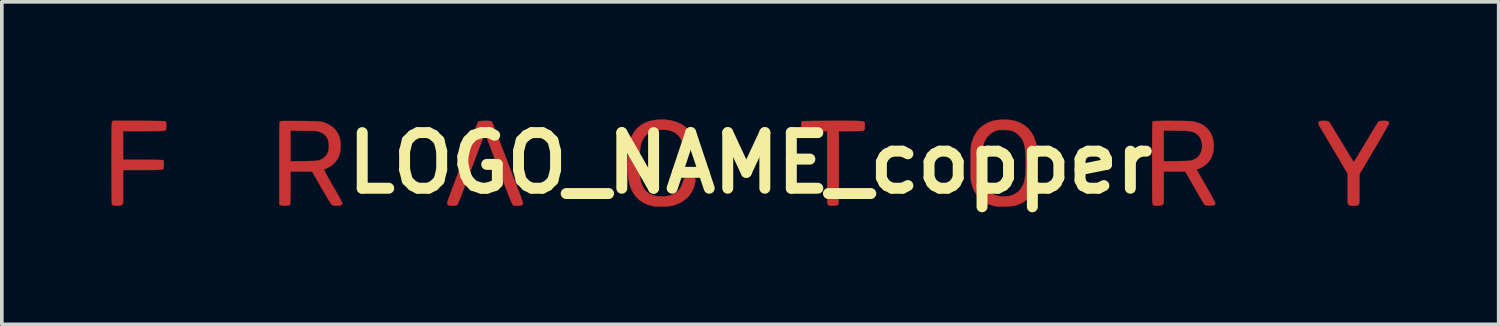
<source format=kicad_pcb>
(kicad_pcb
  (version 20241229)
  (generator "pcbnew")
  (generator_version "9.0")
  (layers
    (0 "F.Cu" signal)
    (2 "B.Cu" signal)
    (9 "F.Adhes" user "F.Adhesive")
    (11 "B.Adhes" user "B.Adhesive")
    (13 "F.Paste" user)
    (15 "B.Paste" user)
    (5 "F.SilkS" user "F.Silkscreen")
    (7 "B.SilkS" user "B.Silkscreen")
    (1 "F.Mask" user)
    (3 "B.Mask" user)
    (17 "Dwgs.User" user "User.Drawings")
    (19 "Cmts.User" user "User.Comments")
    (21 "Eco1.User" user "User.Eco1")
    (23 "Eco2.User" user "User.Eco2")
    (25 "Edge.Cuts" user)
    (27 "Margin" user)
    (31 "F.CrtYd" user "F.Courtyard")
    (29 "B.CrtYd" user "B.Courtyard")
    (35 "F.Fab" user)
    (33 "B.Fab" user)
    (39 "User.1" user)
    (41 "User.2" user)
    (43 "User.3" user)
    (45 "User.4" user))
  (footprint "LOGO_NAME_copper"
    (layer "F.Cu")
    (at 17.506 1.418)
    (property "Reference" "LOGO_NAME_copper" (at 0 0 0) (layer "F.SilkS") (effects (font (size 1.524 1.524) (thickness 0.3))))
    (attr through_hole)
    (fp_poly (pts (xy 2.816 -1.156) (xy 2.902 -1.155) (xy 2.972 -1.152) (xy 3.027 -1.149) (xy 3.068 -1.144) (xy 3.098 -1.137) (xy 3.119 -1.127) (xy 3.131 -1.116) (xy 3.138 -1.101) (xy 3.14 -1.084) (xy 3.139 -1.063) (xy 3.138 -1.038) (xy 3.137 -1.012) (xy 3.137 -0.974) (xy 3.136 -0.943) (xy 3.13 -0.92) (xy 3.117 -0.902) (xy 3.095 -0.89) (xy 3.061 -0.883) (xy 3.011 -0.879) (xy 2.944 -0.877) (xy 2.857 -0.876) (xy 2.758 -0.876) (xy 2.426 -0.876) (xy 2.426 0.117) (xy 2.425 0.274) (xy 2.425 0.424) (xy 2.424 0.564) (xy 2.424 0.693) (xy 2.423 0.809) (xy 2.422 0.91) (xy 2.421 0.994) (xy 2.419 1.059) (xy 2.418 1.103) (xy 2.416 1.124) (xy 2.416 1.125) (xy 2.389 1.148) (xy 2.344 1.162) (xy 2.277 1.168) (xy 2.255 1.168) (xy 2.202 1.167) (xy 2.168 1.163) (xy 2.146 1.153) (xy 2.134 1.143) (xy 2.129 1.138) (xy 2.125 1.131) (xy 2.121 1.121) (xy 2.118 1.107) (xy 2.116 1.085) (xy 2.114 1.056) (xy 2.112 1.016) (xy 2.111 0.965) (xy 2.11 0.9) (xy 2.109 0.82) (xy 2.109 0.724) (xy 2.108 0.609) (xy 2.108 0.474) (xy 2.108 0.317) (xy 2.108 0.136) (xy 2.108 -0.876) (xy 1.768 -0.876) (xy 1.656 -0.877) (xy 1.567 -0.878) (xy 1.501 -0.88) (xy 1.454 -0.883) (xy 1.425 -0.887) (xy 1.412 -0.892) (xy 1.404 -0.913) (xy 1.399 -0.956) (xy 1.397 -1.016) (xy 1.399 -1.077) (xy 1.404 -1.119) (xy 1.412 -1.14) (xy 1.422 -1.144) (xy 1.444 -1.146) (xy 1.481 -1.149) (xy 1.533 -1.151) (xy 1.603 -1.152) (xy 1.691 -1.154) (xy 1.798 -1.155) (xy 1.927 -1.155) (xy 2.079 -1.156) (xy 2.254 -1.156) (xy 2.269 -1.156) (xy 2.439 -1.156) (xy 2.586 -1.156) (xy 2.711 -1.156) (xy 2.816 -1.156)) (stroke (width 0.01) (type solid)) (fill yes) (layer "F.Cu"))
    (fp_poly (pts (xy 15.748 -1.156) (xy 15.796 -1.152) (xy 15.834 -1.146) (xy 15.852 -1.139) (xy 15.862 -1.125) (xy 15.883 -1.091) (xy 15.915 -1.04) (xy 15.956 -0.974) (xy 16.005 -0.894) (xy 16.06 -0.803) (xy 16.12 -0.704) (xy 16.185 -0.597) (xy 16.199 -0.574) (xy 16.263 -0.467) (xy 16.324 -0.367) (xy 16.38 -0.276) (xy 16.429 -0.196) (xy 16.47 -0.129) (xy 16.502 -0.077) (xy 16.524 -0.042) (xy 16.535 -0.027) (xy 16.535 -0.026) (xy 16.543 -0.037) (xy 16.562 -0.067) (xy 16.592 -0.115) (xy 16.631 -0.179) (xy 16.678 -0.256) (xy 16.731 -0.345) (xy 16.79 -0.443) (xy 16.854 -0.548) (xy 16.866 -0.568) (xy 16.93 -0.675) (xy 16.991 -0.777) (xy 17.047 -0.869) (xy 17.097 -0.952) (xy 17.14 -1.021) (xy 17.174 -1.076) (xy 17.198 -1.114) (xy 17.211 -1.132) (xy 17.212 -1.133) (xy 17.227 -1.144) (xy 17.25 -1.151) (xy 17.286 -1.155) (xy 17.341 -1.156) (xy 17.352 -1.156) (xy 17.416 -1.154) (xy 17.459 -1.149) (xy 17.485 -1.138) (xy 17.497 -1.121) (xy 17.501 -1.095) (xy 17.494 -1.079) (xy 17.476 -1.043) (xy 17.447 -0.988) (xy 17.407 -0.918) (xy 17.359 -0.833) (xy 17.303 -0.735) (xy 17.24 -0.627) (xy 17.172 -0.509) (xy 17.098 -0.385) (xy 17.094 -0.378) (xy 16.688 0.308) (xy 16.688 0.718) (xy 16.688 0.832) (xy 16.687 0.923) (xy 16.686 0.994) (xy 16.685 1.048) (xy 16.683 1.086) (xy 16.68 1.113) (xy 16.676 1.13) (xy 16.671 1.14) (xy 16.667 1.145) (xy 16.642 1.155) (xy 16.596 1.162) (xy 16.541 1.166) (xy 16.488 1.168) (xy 16.454 1.167) (xy 16.432 1.161) (xy 16.414 1.149) (xy 16.403 1.139) (xy 16.37 1.106) (xy 16.37 0.294) (xy 15.981 -0.364) (xy 15.912 -0.482) (xy 15.845 -0.594) (xy 15.784 -0.697) (xy 15.729 -0.791) (xy 15.68 -0.872) (xy 15.64 -0.938) (xy 15.61 -0.989) (xy 15.59 -1.022) (xy 15.581 -1.034) (xy 15.572 -1.059) (xy 15.571 -1.094) (xy 15.577 -1.127) (xy 15.585 -1.14) (xy 15.606 -1.149) (xy 15.645 -1.154) (xy 15.695 -1.156) (xy 15.748 -1.156)) (stroke (width 0.01) (type solid)) (fill yes) (layer "F.Cu"))
    (fp_poly (pts (xy -16.584 -1.156) (xy -16.445 -1.155) (xy -16.328 -1.154) (xy -16.233 -1.153) (xy -16.157 -1.152) (xy -16.099 -1.15) (xy -16.057 -1.147) (xy -16.031 -1.145) (xy -16.018 -1.141) (xy -16.017 -1.14) (xy -16.009 -1.119) (xy -16.004 -1.076) (xy -16.002 -1.021) (xy -16.003 -0.968) (xy -16.006 -0.934) (xy -16.012 -0.914) (xy -16.024 -0.901) (xy -16.03 -0.896) (xy -16.04 -0.891) (xy -16.055 -0.887) (xy -16.078 -0.884) (xy -16.11 -0.882) (xy -16.155 -0.88) (xy -16.215 -0.878) (xy -16.291 -0.877) (xy -16.387 -0.877) (xy -16.503 -0.876) (xy -16.621 -0.876) (xy -17.183 -0.876) (xy -17.183 -0.089) (xy -16.639 -0.089) (xy -16.503 -0.089) (xy -16.391 -0.088) (xy -16.3 -0.088) (xy -16.228 -0.086) (xy -16.173 -0.085) (xy -16.133 -0.083) (xy -16.106 -0.08) (xy -16.089 -0.076) (xy -16.08 -0.072) (xy -16.079 -0.071) (xy -16.071 -0.047) (xy -16.068 -0.001) (xy -16.068 0.052) (xy -16.071 0.105) (xy -16.074 0.138) (xy -16.081 0.157) (xy -16.093 0.168) (xy -16.104 0.174) (xy -16.119 0.178) (xy -16.146 0.182) (xy -16.188 0.185) (xy -16.247 0.187) (xy -16.324 0.188) (xy -16.421 0.19) (xy -16.54 0.19) (xy -16.659 0.19) (xy -17.183 0.191) (xy -17.183 1.106) (xy -17.214 1.137) (xy -17.234 1.154) (xy -17.255 1.163) (xy -17.287 1.167) (xy -17.336 1.167) (xy -17.338 1.167) (xy -17.387 1.165) (xy -17.428 1.163) (xy -17.453 1.16) (xy -17.454 1.16) (xy -17.475 1.144) (xy -17.489 1.122) (xy -17.491 1.104) (xy -17.493 1.062) (xy -17.494 0.997) (xy -17.496 0.911) (xy -17.497 0.804) (xy -17.498 0.679) (xy -17.499 0.537) (xy -17.5 0.378) (xy -17.5 0.205) (xy -17.501 0.019) (xy -17.501 -0.004) (xy -17.501 -0.198) (xy -17.5 -0.368) (xy -17.5 -0.516) (xy -17.5 -0.643) (xy -17.499 -0.751) (xy -17.498 -0.842) (xy -17.497 -0.917) (xy -17.496 -0.977) (xy -17.494 -1.025) (xy -17.493 -1.061) (xy -17.49 -1.088) (xy -17.488 -1.107) (xy -17.485 -1.119) (xy -17.481 -1.127) (xy -17.481 -1.127) (xy -17.461 -1.156) (xy -16.747 -1.156) (xy -16.584 -1.156)) (stroke (width 0.01) (type solid)) (fill yes) (layer "F.Cu"))
    (fp_poly (pts (xy -7.164 -1.155) (xy -7.124 -1.152) (xy -7.106 -1.148) (xy -7.098 -1.144) (xy -7.09 -1.137) (xy -7.08 -1.124) (xy -7.069 -1.104) (xy -7.055 -1.074) (xy -7.038 -1.032) (xy -7.015 -0.976) (xy -6.986 -0.903) (xy -6.95 -0.81) (xy -6.907 -0.697) (xy -6.905 -0.692) (xy -6.87 -0.601) (xy -6.828 -0.492) (xy -6.78 -0.366) (xy -6.728 -0.231) (xy -6.673 -0.088) (xy -6.618 0.056) (xy -6.563 0.199) (xy -6.515 0.324) (xy -6.456 0.477) (xy -6.405 0.609) (xy -6.363 0.721) (xy -6.327 0.814) (xy -6.298 0.89) (xy -6.275 0.952) (xy -6.258 1) (xy -6.245 1.037) (xy -6.236 1.065) (xy -6.231 1.085) (xy -6.228 1.098) (xy -6.227 1.108) (xy -6.228 1.114) (xy -6.229 1.118) (xy -6.251 1.144) (xy -6.296 1.161) (xy -6.364 1.168) (xy -6.388 1.168) (xy -6.438 1.167) (xy -6.471 1.161) (xy -6.495 1.15) (xy -6.507 1.14) (xy -6.515 1.127) (xy -6.529 1.101) (xy -6.547 1.06) (xy -6.571 1.003) (xy -6.601 0.929) (xy -6.638 0.837) (xy -6.681 0.726) (xy -6.731 0.595) (xy -6.789 0.443) (xy -6.855 0.268) (xy -6.896 0.159) (xy -6.952 0.01) (xy -7.005 -0.132) (xy -7.056 -0.265) (xy -7.102 -0.388) (xy -7.144 -0.499) (xy -7.181 -0.596) (xy -7.212 -0.677) (xy -7.236 -0.741) (xy -7.253 -0.785) (xy -7.262 -0.807) (xy -7.263 -0.81) (xy -7.269 -0.801) (xy -7.283 -0.77) (xy -7.305 -0.719) (xy -7.334 -0.648) (xy -7.369 -0.56) (xy -7.41 -0.455) (xy -7.455 -0.337) (xy -7.506 -0.205) (xy -7.56 -0.062) (xy -7.594 0.028) (xy -7.665 0.216) (xy -7.727 0.381) (xy -7.781 0.525) (xy -7.829 0.65) (xy -7.869 0.757) (xy -7.903 0.847) (xy -7.932 0.922) (xy -7.956 0.984) (xy -7.975 1.033) (xy -7.991 1.071) (xy -8.003 1.099) (xy -8.013 1.12) (xy -8.021 1.134) (xy -8.027 1.143) (xy -8.032 1.148) (xy -8.037 1.15) (xy -8.042 1.152) (xy -8.047 1.154) (xy -8.083 1.164) (xy -8.133 1.168) (xy -8.187 1.168) (xy -8.236 1.162) (xy -8.272 1.152) (xy -8.278 1.149) (xy -8.301 1.118) (xy -8.306 1.095) (xy -8.301 1.077) (xy -8.288 1.038) (xy -8.268 0.979) (xy -8.24 0.903) (xy -8.207 0.812) (xy -8.168 0.708) (xy -8.124 0.592) (xy -8.077 0.467) (xy -8.027 0.334) (xy -7.974 0.197) (xy -7.921 0.056) (xy -7.866 -0.085) (xy -7.812 -0.226) (xy -7.758 -0.364) (xy -7.707 -0.497) (xy -7.657 -0.623) (xy -7.612 -0.74) (xy -7.57 -0.846) (xy -7.532 -0.938) (xy -7.501 -1.016) (xy -7.476 -1.077) (xy -7.458 -1.118) (xy -7.448 -1.138) (xy -7.447 -1.14) (xy -7.426 -1.146) (xy -7.386 -1.15) (xy -7.334 -1.154) (xy -7.275 -1.156) (xy -7.217 -1.156) (xy -7.164 -1.155)) (stroke (width 0.01) (type solid)) (fill yes) (layer "F.Cu"))
    (fp_poly (pts (xy -2.336 -1.189) (xy -2.18 -1.169) (xy -2.037 -1.131) (xy -1.906 -1.074) (xy -1.791 -1) (xy -1.693 -0.91) (xy -1.613 -0.804) (xy -1.581 -0.745) (xy -1.559 -0.693) (xy -1.539 -0.632) (xy -1.522 -0.569) (xy -1.51 -0.509) (xy -1.504 -0.46) (xy -1.506 -0.427) (xy -1.507 -0.425) (xy -1.526 -0.403) (xy -1.563 -0.389) (xy -1.622 -0.382) (xy -1.668 -0.381) (xy -1.729 -0.383) (xy -1.772 -0.394) (xy -1.801 -0.416) (xy -1.822 -0.455) (xy -1.841 -0.511) (xy -1.882 -0.621) (xy -1.932 -0.71) (xy -1.993 -0.781) (xy -2.067 -0.835) (xy -2.108 -0.856) (xy -2.178 -0.884) (xy -2.248 -0.902) (xy -2.327 -0.911) (xy -2.421 -0.913) (xy -2.462 -0.912) (xy -2.583 -0.901) (xy -2.684 -0.877) (xy -2.769 -0.838) (xy -2.841 -0.783) (xy -2.904 -0.71) (xy -2.909 -0.702) (xy -2.945 -0.644) (xy -2.973 -0.58) (xy -2.996 -0.506) (xy -3.013 -0.42) (xy -3.025 -0.32) (xy -3.031 -0.202) (xy -3.034 -0.065) (xy -3.032 0.095) (xy -3.029 0.198) (xy -3.026 0.279) (xy -3.023 0.344) (xy -3.018 0.395) (xy -3.012 0.438) (xy -3.005 0.475) (xy -2.999 0.499) (xy -2.959 0.614) (xy -2.907 0.708) (xy -2.84 0.784) (xy -2.758 0.842) (xy -2.735 0.855) (xy -2.665 0.884) (xy -2.593 0.903) (xy -2.51 0.913) (xy -2.421 0.915) (xy -2.286 0.907) (xy -2.169 0.881) (xy -2.07 0.837) (xy -1.988 0.775) (xy -1.921 0.694) (xy -1.869 0.593) (xy -1.84 0.51) (xy -1.826 0.466) (xy -1.812 0.43) (xy -1.802 0.412) (xy -1.787 0.402) (xy -1.755 0.397) (xy -1.704 0.394) (xy -1.662 0.394) (xy -1.605 0.394) (xy -1.567 0.396) (xy -1.543 0.401) (xy -1.529 0.409) (xy -1.518 0.423) (xy -1.518 0.423) (xy -1.508 0.446) (xy -1.505 0.475) (xy -1.51 0.519) (xy -1.511 0.526) (xy -1.545 0.664) (xy -1.601 0.788) (xy -1.677 0.897) (xy -1.772 0.991) (xy -1.887 1.069) (xy -2.02 1.131) (xy -2.098 1.157) (xy -2.145 1.168) (xy -2.196 1.177) (xy -2.258 1.183) (xy -2.335 1.186) (xy -2.388 1.188) (xy -2.461 1.189) (xy -2.531 1.188) (xy -2.591 1.186) (xy -2.634 1.183) (xy -2.646 1.181) (xy -2.793 1.144) (xy -2.924 1.087) (xy -3.037 1.012) (xy -3.134 0.919) (xy -3.212 0.807) (xy -3.239 0.756) (xy -3.27 0.688) (xy -3.295 0.62) (xy -3.315 0.548) (xy -3.33 0.47) (xy -3.341 0.382) (xy -3.348 0.28) (xy -3.351 0.162) (xy -3.351 0.025) (xy -3.349 -0.095) (xy -3.347 -0.204) (xy -3.344 -0.291) (xy -3.341 -0.36) (xy -3.337 -0.415) (xy -3.332 -0.46) (xy -3.326 -0.498) (xy -3.318 -0.534) (xy -3.317 -0.541) (xy -3.269 -0.689) (xy -3.204 -0.818) (xy -3.124 -0.928) (xy -3.027 -1.018) (xy -2.913 -1.089) (xy -2.782 -1.142) (xy -2.634 -1.176) (xy -2.502 -1.19) (xy -2.336 -1.189)) (stroke (width 0.01) (type solid)) (fill yes) (layer "F.Cu"))
    (fp_poly (pts (xy -12.458 -1.153) (xy -12.329 -1.152) (xy -12.189 -1.151) (xy -12.072 -1.149) (xy -11.975 -1.147) (xy -11.895 -1.145) (xy -11.829 -1.141) (xy -11.775 -1.135) (xy -11.73 -1.128) (xy -11.691 -1.118) (xy -11.655 -1.106) (xy -11.62 -1.091) (xy -11.583 -1.073) (xy -11.551 -1.056) (xy -11.445 -0.989) (xy -11.36 -0.905) (xy -11.295 -0.806) (xy -11.249 -0.69) (xy -11.245 -0.676) (xy -11.232 -0.604) (xy -11.225 -0.517) (xy -11.225 -0.425) (xy -11.232 -0.336) (xy -11.246 -0.26) (xy -11.251 -0.24) (xy -11.299 -0.127) (xy -11.368 -0.028) (xy -11.457 0.056) (xy -11.564 0.124) (xy -11.674 0.169) (xy -11.677 0.174) (xy -11.675 0.187) (xy -11.667 0.209) (xy -11.651 0.242) (xy -11.628 0.287) (xy -11.594 0.348) (xy -11.551 0.425) (xy -11.497 0.52) (xy -11.436 0.627) (xy -11.379 0.725) (xy -11.327 0.817) (xy -11.281 0.901) (xy -11.241 0.973) (xy -11.21 1.032) (xy -11.188 1.075) (xy -11.177 1.099) (xy -11.176 1.103) (xy -11.186 1.135) (xy -11.218 1.156) (xy -11.272 1.166) (xy -11.34 1.167) (xy -11.394 1.163) (xy -11.43 1.157) (xy -11.455 1.146) (xy -11.472 1.132) (xy -11.485 1.115) (xy -11.509 1.078) (xy -11.543 1.024) (xy -11.584 0.956) (xy -11.632 0.876) (xy -11.684 0.787) (xy -11.74 0.691) (xy -11.754 0.666) (xy -12.005 0.229) (xy -12.302 0.229) (xy -12.598 0.229) (xy -12.598 0.678) (xy -12.598 0.798) (xy -12.599 0.895) (xy -12.6 0.971) (xy -12.601 1.03) (xy -12.603 1.073) (xy -12.605 1.104) (xy -12.609 1.124) (xy -12.613 1.137) (xy -12.619 1.144) (xy -12.619 1.145) (xy -12.647 1.156) (xy -12.691 1.164) (xy -12.744 1.167) (xy -12.798 1.166) (xy -12.844 1.16) (xy -12.874 1.15) (xy -12.875 1.149) (xy -12.903 1.129) (xy -12.903 0.001) (xy -12.903 -0.049) (xy -12.598 -0.049) (xy -12.227 -0.053) (xy -12.119 -0.055) (xy -12.034 -0.056) (xy -11.967 -0.058) (xy -11.916 -0.06) (xy -11.877 -0.064) (xy -11.847 -0.068) (xy -11.823 -0.073) (xy -11.8 -0.08) (xy -11.78 -0.088) (xy -11.697 -0.133) (xy -11.63 -0.194) (xy -11.581 -0.267) (xy -11.565 -0.309) (xy -11.547 -0.391) (xy -11.544 -0.481) (xy -11.552 -0.57) (xy -11.573 -0.649) (xy -11.589 -0.685) (xy -11.636 -0.753) (xy -11.696 -0.806) (xy -11.773 -0.846) (xy -11.792 -0.854) (xy -11.816 -0.862) (xy -11.84 -0.869) (xy -11.866 -0.874) (xy -11.9 -0.878) (xy -11.944 -0.881) (xy -12.001 -0.883) (xy -12.074 -0.884) (xy -12.168 -0.886) (xy -12.233 -0.886) (xy -12.598 -0.891) (xy -12.598 -0.049) (xy -12.903 -0.049) (xy -12.903 -0.197) (xy -12.903 -0.372) (xy -12.903 -0.524) (xy -12.902 -0.655) (xy -12.902 -0.766) (xy -12.901 -0.86) (xy -12.9 -0.937) (xy -12.898 -0.999) (xy -12.897 -1.048) (xy -12.895 -1.085) (xy -12.893 -1.111) (xy -12.89 -1.129) (xy -12.887 -1.139) (xy -12.885 -1.142) (xy -12.874 -1.146) (xy -12.848 -1.149) (xy -12.808 -1.152) (xy -12.75 -1.153) (xy -12.674 -1.154) (xy -12.577 -1.154) (xy -12.458 -1.153)) (stroke (width 0.01) (type solid)) (fill yes) (layer "F.Cu"))
    (fp_poly (pts (xy 7.041 -1.186) (xy 7.14 -1.177) (xy 7.225 -1.163) (xy 7.245 -1.158) (xy 7.385 -1.106) (xy 7.508 -1.037) (xy 7.612 -0.951) (xy 7.699 -0.846) (xy 7.768 -0.722) (xy 7.82 -0.581) (xy 7.825 -0.564) (xy 7.833 -0.532) (xy 7.839 -0.501) (xy 7.844 -0.465) (xy 7.848 -0.422) (xy 7.851 -0.368) (xy 7.854 -0.301) (xy 7.856 -0.215) (xy 7.858 -0.109) (xy 7.858 -0.078) (xy 7.86 0.067) (xy 7.859 0.19) (xy 7.857 0.294) (xy 7.852 0.382) (xy 7.845 0.458) (xy 7.835 0.524) (xy 7.822 0.584) (xy 7.808 0.635) (xy 7.755 0.769) (xy 7.685 0.885) (xy 7.598 0.982) (xy 7.493 1.062) (xy 7.37 1.124) (xy 7.275 1.157) (xy 7.228 1.168) (xy 7.176 1.177) (xy 7.115 1.183) (xy 7.038 1.186) (xy 6.985 1.188) (xy 6.911 1.189) (xy 6.841 1.188) (xy 6.782 1.186) (xy 6.738 1.183) (xy 6.727 1.181) (xy 6.579 1.144) (xy 6.449 1.088) (xy 6.337 1.014) (xy 6.241 0.921) (xy 6.163 0.809) (xy 6.101 0.678) (xy 6.068 0.578) (xy 6.061 0.55) (xy 6.055 0.524) (xy 6.05 0.496) (xy 6.046 0.462) (xy 6.044 0.422) (xy 6.042 0.37) (xy 6.041 0.305) (xy 6.04 0.222) (xy 6.04 0.121) (xy 6.04 0.067) (xy 6.351 0.067) (xy 6.351 0.162) (xy 6.353 0.248) (xy 6.356 0.321) (xy 6.361 0.376) (xy 6.361 0.381) (xy 6.389 0.514) (xy 6.433 0.629) (xy 6.495 0.725) (xy 6.573 0.802) (xy 6.668 0.86) (xy 6.729 0.885) (xy 6.813 0.905) (xy 6.91 0.915) (xy 7.011 0.913) (xy 7.104 0.901) (xy 7.151 0.89) (xy 7.256 0.844) (xy 7.346 0.779) (xy 7.42 0.695) (xy 7.477 0.592) (xy 7.501 0.528) (xy 7.52 0.449) (xy 7.534 0.35) (xy 7.545 0.232) (xy 7.55 0.102) (xy 7.551 -0.039) (xy 7.546 -0.185) (xy 7.545 -0.208) (xy 7.536 -0.334) (xy 7.522 -0.44) (xy 7.502 -0.527) (xy 7.475 -0.602) (xy 7.439 -0.666) (xy 7.393 -0.726) (xy 7.341 -0.778) (xy 7.283 -0.827) (xy 7.225 -0.863) (xy 7.162 -0.887) (xy 7.089 -0.901) (xy 6.999 -0.907) (xy 6.941 -0.908) (xy 6.872 -0.908) (xy 6.823 -0.906) (xy 6.786 -0.902) (xy 6.755 -0.895) (xy 6.724 -0.883) (xy 6.686 -0.866) (xy 6.685 -0.866) (xy 6.585 -0.806) (xy 6.503 -0.728) (xy 6.438 -0.632) (xy 6.389 -0.517) (xy 6.38 -0.488) (xy 6.373 -0.45) (xy 6.367 -0.392) (xy 6.362 -0.317) (xy 6.357 -0.229) (xy 6.354 -0.133) (xy 6.352 -0.033) (xy 6.351 0.067) (xy 6.04 0.067) (xy 6.04 0.006) (xy 6.04 -0.116) (xy 6.04 -0.217) (xy 6.041 -0.297) (xy 6.042 -0.362) (xy 6.044 -0.412) (xy 6.047 -0.453) (xy 6.05 -0.485) (xy 6.055 -0.513) (xy 6.061 -0.54) (xy 6.068 -0.565) (xy 6.119 -0.709) (xy 6.188 -0.835) (xy 6.275 -0.943) (xy 6.379 -1.032) (xy 6.501 -1.103) (xy 6.638 -1.154) (xy 6.651 -1.158) (xy 6.732 -1.174) (xy 6.829 -1.184) (xy 6.935 -1.188) (xy 7.041 -1.186)) (stroke (width 0.01) (type solid)) (fill yes) (layer "F.Cu"))
    (fp_poly (pts (xy 11.685 -1.155) (xy 11.804 -1.155) (xy 11.902 -1.153) (xy 11.985 -1.15) (xy 12.053 -1.146) (xy 12.11 -1.14) (xy 12.159 -1.133) (xy 12.203 -1.123) (xy 12.244 -1.111) (xy 12.286 -1.096) (xy 12.296 -1.093) (xy 12.409 -1.038) (xy 12.505 -0.965) (xy 12.583 -0.875) (xy 12.642 -0.77) (xy 12.68 -0.65) (xy 12.698 -0.518) (xy 12.7 -0.47) (xy 12.689 -0.332) (xy 12.658 -0.209) (xy 12.606 -0.101) (xy 12.533 -0.007) (xy 12.507 0.019) (xy 12.462 0.056) (xy 12.408 0.093) (xy 12.353 0.125) (xy 12.302 0.15) (xy 12.262 0.164) (xy 12.249 0.165) (xy 12.234 0.172) (xy 12.236 0.187) (xy 12.244 0.203) (xy 12.263 0.238) (xy 12.292 0.29) (xy 12.33 0.357) (xy 12.375 0.435) (xy 12.425 0.523) (xy 12.479 0.617) (xy 12.491 0.638) (xy 12.546 0.733) (xy 12.597 0.823) (xy 12.642 0.905) (xy 12.68 0.975) (xy 12.709 1.031) (xy 12.729 1.072) (xy 12.738 1.093) (xy 12.738 1.095) (xy 12.735 1.124) (xy 12.725 1.143) (xy 12.703 1.155) (xy 12.664 1.16) (xy 12.605 1.162) (xy 12.594 1.162) (xy 12.533 1.161) (xy 12.492 1.158) (xy 12.466 1.151) (xy 12.45 1.14) (xy 12.439 1.125) (xy 12.416 1.09) (xy 12.384 1.037) (xy 12.344 0.971) (xy 12.298 0.891) (xy 12.246 0.803) (xy 12.191 0.707) (xy 12.173 0.674) (xy 11.919 0.23) (xy 11.624 0.229) (xy 11.328 0.229) (xy 11.328 1.106) (xy 11.297 1.137) (xy 11.278 1.154) (xy 11.256 1.163) (xy 11.224 1.167) (xy 11.174 1.167) (xy 11.173 1.167) (xy 11.125 1.166) (xy 11.085 1.163) (xy 11.062 1.16) (xy 11.062 1.16) (xy 11.053 1.156) (xy 11.045 1.152) (xy 11.039 1.146) (xy 11.033 1.135) (xy 11.028 1.119) (xy 11.024 1.096) (xy 11.021 1.064) (xy 11.018 1.022) (xy 11.016 0.969) (xy 11.014 0.901) (xy 11.013 0.819) (xy 11.012 0.72) (xy 11.011 0.603) (xy 11.011 0.467) (xy 11.011 0.309) (xy 11.011 0.128) (xy 11.011 -0.002) (xy 11.011 -0.049) (xy 11.328 -0.049) (xy 11.694 -0.053) (xy 11.8 -0.055) (xy 11.885 -0.056) (xy 11.951 -0.058) (xy 12.001 -0.06) (xy 12.039 -0.063) (xy 12.069 -0.068) (xy 12.094 -0.073) (xy 12.116 -0.081) (xy 12.135 -0.088) (xy 12.22 -0.133) (xy 12.29 -0.196) (xy 12.34 -0.273) (xy 12.363 -0.334) (xy 12.38 -0.435) (xy 12.377 -0.534) (xy 12.355 -0.627) (xy 12.316 -0.709) (xy 12.26 -0.776) (xy 12.189 -0.827) (xy 12.15 -0.845) (xy 12.109 -0.859) (xy 12.062 -0.87) (xy 12.006 -0.878) (xy 11.937 -0.883) (xy 11.852 -0.887) (xy 11.747 -0.888) (xy 11.655 -0.889) (xy 11.328 -0.889) (xy 11.328 -0.049) (xy 11.011 -0.049) (xy 11.011 -0.197) (xy 11.011 -0.368) (xy 11.011 -0.518) (xy 11.012 -0.646) (xy 11.012 -0.755) (xy 11.013 -0.847) (xy 11.014 -0.923) (xy 11.015 -0.984) (xy 11.017 -1.032) (xy 11.019 -1.069) (xy 11.021 -1.096) (xy 11.023 -1.115) (xy 11.026 -1.127) (xy 11.029 -1.134) (xy 11.031 -1.136) (xy 11.038 -1.141) (xy 11.052 -1.145) (xy 11.073 -1.148) (xy 11.105 -1.151) (xy 11.149 -1.153) (xy 11.209 -1.154) (xy 11.286 -1.155) (xy 11.383 -1.156) (xy 11.502 -1.156) (xy 11.544 -1.156) (xy 11.685 -1.155)) (stroke (width 0.01) (type solid)) (fill yes) (layer "F.Cu")))
  (gr_rect
    (start -3 -3)
    (end 38.011 5.836)
    (stroke (width 0.1) (type default))
    (fill no)
    (layer "Edge.Cuts")))
</source>
